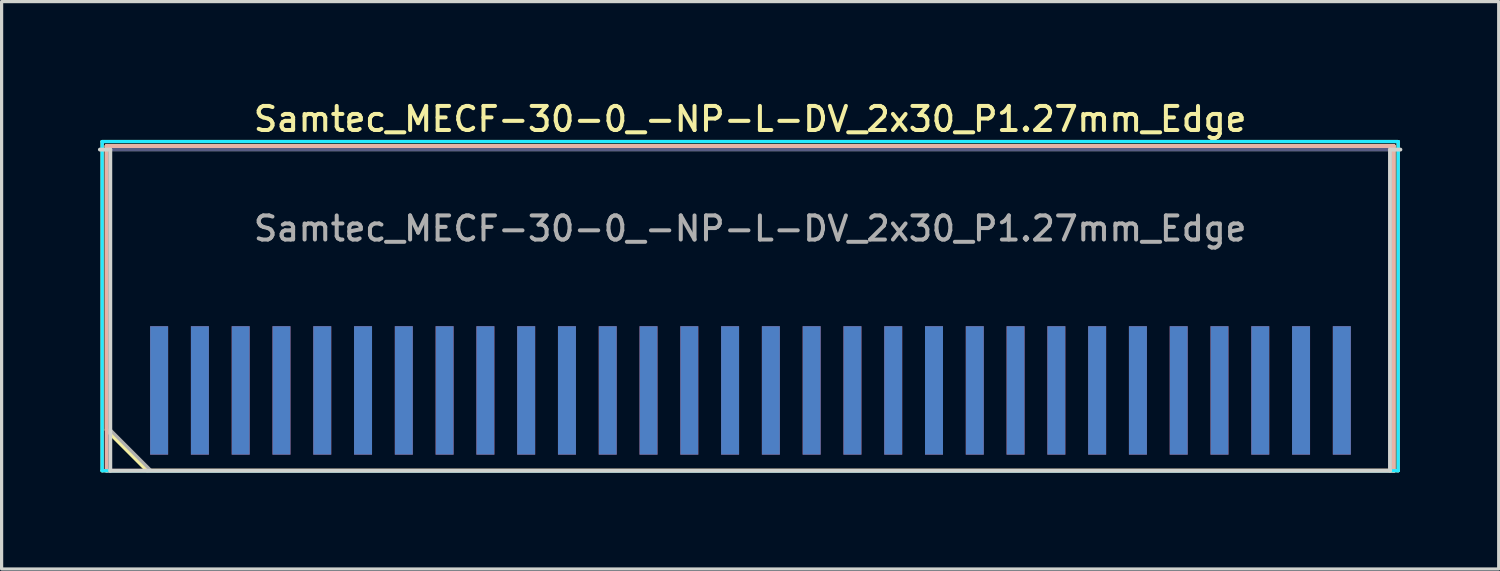
<source format=kicad_pcb>
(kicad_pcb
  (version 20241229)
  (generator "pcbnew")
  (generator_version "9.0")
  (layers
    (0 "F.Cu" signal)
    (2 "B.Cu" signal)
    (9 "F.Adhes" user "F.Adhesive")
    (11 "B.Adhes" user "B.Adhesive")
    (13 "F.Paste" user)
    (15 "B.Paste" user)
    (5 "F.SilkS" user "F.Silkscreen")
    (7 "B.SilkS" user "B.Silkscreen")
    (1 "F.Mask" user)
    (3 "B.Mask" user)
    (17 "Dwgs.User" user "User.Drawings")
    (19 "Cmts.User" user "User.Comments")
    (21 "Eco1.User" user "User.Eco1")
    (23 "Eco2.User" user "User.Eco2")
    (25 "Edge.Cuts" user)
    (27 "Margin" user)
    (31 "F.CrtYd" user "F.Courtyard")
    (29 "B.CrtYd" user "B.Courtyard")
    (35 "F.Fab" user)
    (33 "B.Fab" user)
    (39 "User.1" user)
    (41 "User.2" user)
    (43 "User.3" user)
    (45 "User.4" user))
  (footprint "Samtec_MECF-30-0_-NP-L-DV_2x30_P1.27mm_Edge"
    (layer "F.Cu")
    (at 20.31 6.608)
    (property "Reference" "Samtec_MECF-30-0_-NP-L-DV_2x30_P1.27mm_Edge" (at 0 -5.95 0) (layer "F.SilkS") (effects (font (size 0.75 0.75) (thickness 0.125))))
    (attr exclude_from_pos_files exclude_from_bom)
    (fp_line (start -20.18 -5.25) (end -20.18 5) (stroke (width 0.1) (type solid)) (layer "F.SilkS"))
    (fp_line (start -20.18 5) (end 20.18 5) (stroke (width 0.1) (type solid)) (layer "F.SilkS"))
    (fp_line (start -20.04 -5.11) (end 20.04 -5.11) (stroke (width 0.12) (type solid)) (layer "F.SilkS"))
    (fp_line (start -20.04 3.73) (end -20.04 -5.11) (stroke (width 0.12) (type solid)) (layer "F.SilkS"))
    (fp_line (start -18.77 5) (end -20.04 3.73) (stroke (width 0.12) (type solid)) (layer "F.SilkS"))
    (fp_line (start -18.77 5) (end 20.04 5) (stroke (width 0.12) (type solid)) (layer "F.SilkS"))
    (fp_line (start 20.04 5) (end 20.04 -5.11) (stroke (width 0.12) (type solid)) (layer "F.SilkS"))
    (fp_line (start 20.18 -5.25) (end -20.18 -5.25) (stroke (width 0.1) (type solid)) (layer "F.SilkS"))
    (fp_line (start 20.18 5) (end 20.18 -5.25) (stroke (width 0.1) (type solid)) (layer "F.SilkS"))
    (fp_line (start -20.04 -5.11) (end 20.04 -5.11) (stroke (width 0.12) (type solid)) (layer "B.SilkS"))
    (fp_line (start -20.04 5) (end -20.04 -5.11) (stroke (width 0.12) (type solid)) (layer "B.SilkS"))
    (fp_line (start -20.04 5) (end 20.04 5) (stroke (width 0.12) (type solid)) (layer "B.SilkS"))
    (fp_line (start 20.04 5) (end 20.04 -5.11) (stroke (width 0.12) (type solid)) (layer "B.SilkS"))
    (fp_line (start -20.25 -5) (end -19.925 -5) (stroke (width 0.12) (type solid)) (layer "Edge.Cuts"))
    (fp_line (start -19.925 5) (end -19.925 -5) (stroke (width 0.12) (type solid)) (layer "Edge.Cuts"))
    (fp_line (start -19.925 5) (end 19.925 5) (stroke (width 0.12) (type solid)) (layer "Edge.Cuts"))
    (fp_line (start 19.925 5) (end 19.925 -5) (stroke (width 0.12) (type solid)) (layer "Edge.Cuts"))
    (fp_line (start 20.25 -5) (end 19.925 -5) (stroke (width 0.12) (type solid)) (layer "Edge.Cuts"))
    (fp_line (start -20.18 -5.25) (end -20.18 5) (stroke (width 0.1) (type solid)) (layer "B.CrtYd"))
    (fp_line (start -20.18 5) (end 20.18 5) (stroke (width 0.1) (type solid)) (layer "B.CrtYd"))
    (fp_line (start 20.18 -5.25) (end -20.18 -5.25) (stroke (width 0.1) (type solid)) (layer "B.CrtYd"))
    (fp_line (start 20.18 5) (end 20.18 -5.25) (stroke (width 0.1) (type solid)) (layer "B.CrtYd"))
    (fp_line (start -19.925 -5) (end 19.925 -5) (stroke (width 0.1) (type solid)) (layer "B.Fab"))
    (fp_line (start -19.925 5) (end -19.925 -5) (stroke (width 0.1) (type solid)) (layer "B.Fab"))
    (fp_line (start -19.925 5) (end 19.925 5) (stroke (width 0.1) (type solid)) (layer "B.Fab"))
    (fp_line (start 19.925 5) (end 19.925 -5) (stroke (width 0.1) (type solid)) (layer "B.Fab"))
    (fp_line (start -19.925 -5) (end 19.925 -5) (stroke (width 0.1) (type solid)) (layer "F.Fab"))
    (fp_line (start -19.925 3.73) (end -19.925 -5) (stroke (width 0.1) (type solid)) (layer "F.Fab"))
    (fp_line (start -19.925 3.73) (end -18.655 5) (stroke (width 0.1) (type solid)) (layer "F.Fab"))
    (fp_line (start -18.655 5) (end 19.925 5) (stroke (width 0.1) (type solid)) (layer "F.Fab"))
    (fp_line (start 19.925 5) (end 19.925 -5) (stroke (width 0.1) (type solid)) (layer "F.Fab"))
    (fp_text user "${REFERENCE}" (at 0 -2.54 0) (layer "F.Fab") (effects (font (size 0.75 0.75) (thickness 0.125))))
    (pad "1" connect rect (at -18.405 2.5) (size 0.56 4) (layers "F.Cu" "F.Mask"))
    (pad "2" connect rect (at -18.405 2.5) (size 0.56 4) (layers "B.Cu" "B.Mask"))
    (pad "3" connect rect (at -17.135 2.5) (size 0.56 4) (layers "F.Cu" "F.Mask"))
    (pad "4" connect rect (at -17.135 2.5) (size 0.56 4) (layers "B.Cu" "B.Mask"))
    (pad "5" connect rect (at -15.865 2.5) (size 0.56 4) (layers "F.Cu" "F.Mask"))
    (pad "6" connect rect (at -15.865 2.5) (size 0.56 4) (layers "B.Cu" "B.Mask"))
    (pad "7" connect rect (at -14.595 2.5) (size 0.56 4) (layers "F.Cu" "F.Mask"))
    (pad "8" connect rect (at -14.595 2.5) (size 0.56 4) (layers "B.Cu" "B.Mask"))
    (pad "9" connect rect (at -13.325 2.5) (size 0.56 4) (layers "F.Cu" "F.Mask"))
    (pad "10" connect rect (at -13.325 2.5) (size 0.56 4) (layers "B.Cu" "B.Mask"))
    (pad "11" connect rect (at -12.055 2.5) (size 0.56 4) (layers "F.Cu" "F.Mask"))
    (pad "12" connect rect (at -12.055 2.5) (size 0.56 4) (layers "B.Cu" "B.Mask"))
    (pad "13" connect rect (at -10.785 2.5) (size 0.56 4) (layers "F.Cu" "F.Mask"))
    (pad "14" connect rect (at -10.785 2.5) (size 0.56 4) (layers "B.Cu" "B.Mask"))
    (pad "15" connect rect (at -9.515 2.5) (size 0.56 4) (layers "F.Cu" "F.Mask"))
    (pad "16" connect rect (at -9.515 2.5) (size 0.56 4) (layers "B.Cu" "B.Mask"))
    (pad "17" connect rect (at -8.245 2.5) (size 0.56 4) (layers "F.Cu" "F.Mask"))
    (pad "18" connect rect (at -8.245 2.5) (size 0.56 4) (layers "B.Cu" "B.Mask"))
    (pad "19" connect rect (at -6.975 2.5) (size 0.56 4) (layers "F.Cu" "F.Mask"))
    (pad "20" connect rect (at -6.975 2.5) (size 0.56 4) (layers "B.Cu" "B.Mask"))
    (pad "21" connect rect (at -5.705 2.5) (size 0.56 4) (layers "F.Cu" "F.Mask"))
    (pad "22" connect rect (at -5.705 2.5) (size 0.56 4) (layers "B.Cu" "B.Mask"))
    (pad "23" connect rect (at -4.435 2.5) (size 0.56 4) (layers "F.Cu" "F.Mask"))
    (pad "24" connect rect (at -4.435 2.5) (size 0.56 4) (layers "B.Cu" "B.Mask"))
    (pad "25" connect rect (at -3.165 2.5) (size 0.56 4) (layers "F.Cu" "F.Mask"))
    (pad "26" connect rect (at -3.165 2.5) (size 0.56 4) (layers "B.Cu" "B.Mask"))
    (pad "27" connect rect (at -1.895 2.5) (size 0.56 4) (layers "F.Cu" "F.Mask"))
    (pad "28" connect rect (at -1.895 2.5) (size 0.56 4) (layers "B.Cu" "B.Mask"))
    (pad "29" connect rect (at -0.625 2.5) (size 0.56 4) (layers "F.Cu" "F.Mask"))
    (pad "30" connect rect (at -0.625 2.5) (size 0.56 4) (layers "B.Cu" "B.Mask"))
    (pad "31" connect rect (at 0.645 2.5) (size 0.56 4) (layers "F.Cu" "F.Mask"))
    (pad "32" connect rect (at 0.645 2.5) (size 0.56 4) (layers "B.Cu" "B.Mask"))
    (pad "33" connect rect (at 1.915 2.5) (size 0.56 4) (layers "F.Cu" "F.Mask"))
    (pad "34" connect rect (at 1.915 2.5) (size 0.56 4) (layers "B.Cu" "B.Mask"))
    (pad "35" connect rect (at 3.185 2.5) (size 0.56 4) (layers "F.Cu" "F.Mask"))
    (pad "36" connect rect (at 3.185 2.5) (size 0.56 4) (layers "B.Cu" "B.Mask"))
    (pad "37" connect rect (at 4.455 2.5) (size 0.56 4) (layers "F.Cu" "F.Mask"))
    (pad "38" connect rect (at 4.455 2.5) (size 0.56 4) (layers "B.Cu" "B.Mask"))
    (pad "39" connect rect (at 5.725 2.5) (size 0.56 4) (layers "F.Cu" "F.Mask"))
    (pad "40" connect rect (at 5.725 2.5) (size 0.56 4) (layers "B.Cu" "B.Mask"))
    (pad "41" connect rect (at 6.995 2.5) (size 0.56 4) (layers "F.Cu" "F.Mask"))
    (pad "42" connect rect (at 6.995 2.5) (size 0.56 4) (layers "B.Cu" "B.Mask"))
    (pad "43" connect rect (at 8.265 2.5) (size 0.56 4) (layers "F.Cu" "F.Mask"))
    (pad "44" connect rect (at 8.265 2.5) (size 0.56 4) (layers "B.Cu" "B.Mask"))
    (pad "45" connect rect (at 9.535 2.5) (size 0.56 4) (layers "F.Cu" "F.Mask"))
    (pad "46" connect rect (at 9.535 2.5) (size 0.56 4) (layers "B.Cu" "B.Mask"))
    (pad "47" connect rect (at 10.805 2.5) (size 0.56 4) (layers "F.Cu" "F.Mask"))
    (pad "48" connect rect (at 10.805 2.5) (size 0.56 4) (layers "B.Cu" "B.Mask"))
    (pad "49" connect rect (at 12.075 2.5) (size 0.56 4) (layers "F.Cu" "F.Mask"))
    (pad "50" connect rect (at 12.075 2.5) (size 0.56 4) (layers "B.Cu" "B.Mask"))
    (pad "51" connect rect (at 13.345 2.5) (size 0.56 4) (layers "F.Cu" "F.Mask"))
    (pad "52" connect rect (at 13.345 2.5) (size 0.56 4) (layers "B.Cu" "B.Mask"))
    (pad "53" connect rect (at 14.615 2.5) (size 0.56 4) (layers "F.Cu" "F.Mask"))
    (pad "54" connect rect (at 14.615 2.5) (size 0.56 4) (layers "B.Cu" "B.Mask"))
    (pad "55" connect rect (at 15.885 2.5) (size 0.56 4) (layers "F.Cu" "F.Mask"))
    (pad "56" connect rect (at 15.885 2.5) (size 0.56 4) (layers "B.Cu" "B.Mask"))
    (pad "57" connect rect (at 17.155 2.5) (size 0.56 4) (layers "F.Cu" "F.Mask"))
    (pad "58" connect rect (at 17.155 2.5) (size 0.56 4) (layers "B.Cu" "B.Mask"))
    (pad "59" connect rect (at 18.425 2.5) (size 0.56 4) (layers "F.Cu" "F.Mask"))
    (pad "60" connect rect (at 18.425 2.5) (size 0.56 4) (layers "B.Cu" "B.Mask")))
  (gr_rect
    (start -3 -3)
    (end 43.62 14.668)
    (stroke (width 0.1) (type default))
    (fill no)
    (layer "Edge.Cuts")))
</source>
